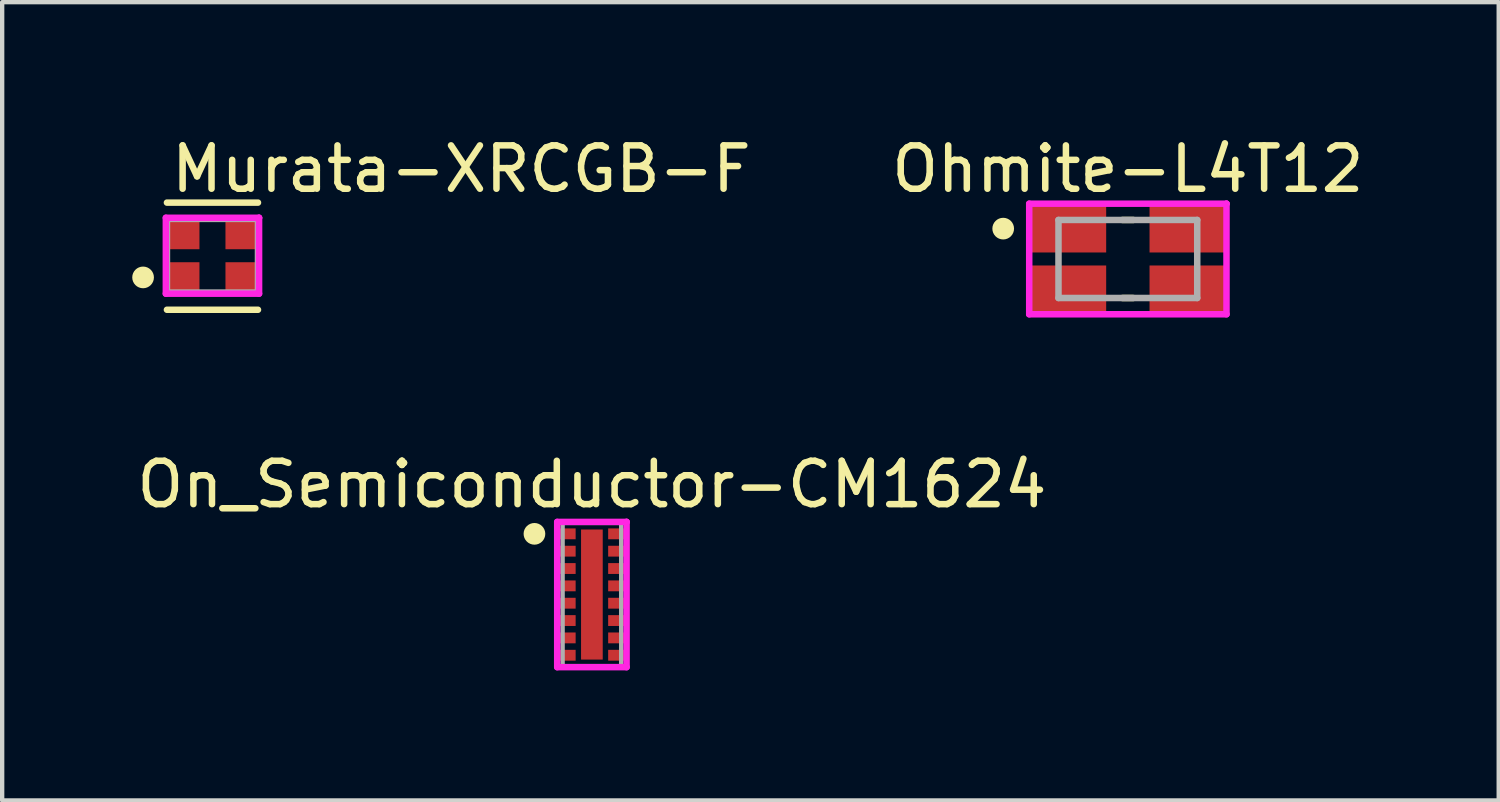
<source format=kicad_pcb>
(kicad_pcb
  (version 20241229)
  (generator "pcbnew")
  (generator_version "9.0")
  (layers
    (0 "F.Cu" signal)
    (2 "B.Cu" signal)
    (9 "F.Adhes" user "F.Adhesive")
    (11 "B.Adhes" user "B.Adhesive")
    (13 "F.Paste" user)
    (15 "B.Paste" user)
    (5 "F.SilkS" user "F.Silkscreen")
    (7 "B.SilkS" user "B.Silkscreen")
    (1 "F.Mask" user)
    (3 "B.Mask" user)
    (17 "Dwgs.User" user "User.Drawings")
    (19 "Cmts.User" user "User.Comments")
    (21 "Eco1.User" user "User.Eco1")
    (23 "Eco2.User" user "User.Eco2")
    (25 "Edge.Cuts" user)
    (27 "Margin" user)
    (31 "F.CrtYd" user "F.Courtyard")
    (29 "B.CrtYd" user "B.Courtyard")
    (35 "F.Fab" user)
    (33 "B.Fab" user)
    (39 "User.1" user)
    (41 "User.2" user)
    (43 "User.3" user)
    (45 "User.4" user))
  (footprint "Ohmite-L4T12"
    (layer "F.Cu")
    (at 22.962 2.923)
    (property "Reference" "Ohmite-L4T12" (at 0 -2.075 0) (layer "F.SilkS") (effects (font (size 1 1) (thickness 0.15))))
    (attr smd)
    (fp_line (start -0.125 -0.9) (end 0.125 -0.9) (stroke (width 0.15) (type solid)) (layer "F.SilkS"))
    (fp_line (start -0.125 0.9) (end 0.125 0.9) (stroke (width 0.15) (type solid)) (layer "F.SilkS"))
    (fp_circle (center -2.875 -0.7) (end -2.75 -0.7) (stroke (width 0.25) (type solid)) (fill no) (layer "F.SilkS"))
    (fp_line (start -2.275 -1.275) (end -2.275 1.275) (stroke (width 0.15) (type solid)) (layer "F.CrtYd"))
    (fp_line (start -2.275 1.275) (end 2.275 1.275) (stroke (width 0.15) (type solid)) (layer "F.CrtYd"))
    (fp_line (start 2.275 -1.275) (end -2.275 -1.275) (stroke (width 0.15) (type solid)) (layer "F.CrtYd"))
    (fp_line (start 2.275 -1.275) (end 2.275 -1.275) (stroke (width 0.15) (type solid)) (layer "F.CrtYd"))
    (fp_line (start 2.275 1.275) (end 2.275 -1.275) (stroke (width 0.15) (type solid)) (layer "F.CrtYd"))
    (fp_line (start -1.6 -0.9) (end 1.6 -0.9) (stroke (width 0.15) (type solid)) (layer "F.Fab"))
    (fp_line (start -1.6 0.9) (end -1.6 -0.9) (stroke (width 0.15) (type solid)) (layer "F.Fab"))
    (fp_line (start 1.6 -0.9) (end 1.6 0.9) (stroke (width 0.15) (type solid)) (layer "F.Fab"))
    (fp_line (start 1.6 0.9) (end -1.6 0.9) (stroke (width 0.15) (type solid)) (layer "F.Fab"))
    (pad "1" smd rect (at -1.375 0.7) (size 1.75 1.1) (layers "F.Cu" "F.Mask" "F.Paste"))
    (pad "2" smd rect (at -1.375 -0.7) (size 1.75 1.1) (layers "F.Cu" "F.Mask" "F.Paste"))
    (pad "3" smd rect (at 1.375 -0.7) (size 1.75 1.1) (layers "F.Cu" "F.Mask" "F.Paste"))
    (pad "4" smd rect (at 1.375 0.7) (size 1.75 1.1) (layers "F.Cu" "F.Mask" "F.Paste")))
  (footprint "On_Semiconductor-CM1624"
    (layer "F.Cu")
    (at 10.601 10.662)
    (property "Reference" "On_Semiconductor-CM1624" (at 0 -2.54 0) (layer "F.SilkS") (effects (font (size 1 1) (thickness 0.15))))
    (attr through_hole)
    (fp_circle (center -1.325 -1.4) (end -1.2 -1.4) (stroke (width 0.25) (type solid)) (fill no) (layer "F.SilkS"))
    (fp_line (start -0.8 -1.675) (end -0.8 1.675) (stroke (width 0.15) (type solid)) (layer "F.CrtYd"))
    (fp_line (start -0.8 1.675) (end 0.8 1.675) (stroke (width 0.15) (type solid)) (layer "F.CrtYd"))
    (fp_line (start 0.8 -1.675) (end -0.8 -1.675) (stroke (width 0.15) (type solid)) (layer "F.CrtYd"))
    (fp_line (start 0.8 -1.675) (end 0.8 -1.675) (stroke (width 0.15) (type solid)) (layer "F.CrtYd"))
    (fp_line (start 0.8 1.675) (end 0.8 -1.675) (stroke (width 0.15) (type solid)) (layer "F.CrtYd"))
    (fp_line (start -0.675 -1.65) (end 0.675 -1.65) (stroke (width 0.1) (type solid)) (layer "F.Fab"))
    (fp_line (start -0.675 1.65) (end -0.675 -1.65) (stroke (width 0.1) (type solid)) (layer "F.Fab"))
    (fp_line (start -0.675 1.65) (end 0.675 1.65) (stroke (width 0.1) (type solid)) (layer "F.Fab"))
    (fp_line (start 0.675 1.65) (end 0.675 -1.65) (stroke (width 0.1) (type solid)) (layer "F.Fab"))
    (pad "1" smd rect (at -0.575 -1.4 270) (size 0.25 0.4) (layers "F.Cu" "F.Mask" "F.Paste"))
    (pad "2" smd rect (at -0.575 -1 270) (size 0.25 0.4) (layers "F.Cu" "F.Mask" "F.Paste"))
    (pad "3" smd rect (at -0.575 -0.6 270) (size 0.25 0.4) (layers "F.Cu" "F.Mask" "F.Paste"))
    (pad "4" smd rect (at -0.575 -0.2 270) (size 0.25 0.4) (layers "F.Cu" "F.Mask" "F.Paste"))
    (pad "5" smd rect (at -0.575 0.2 270) (size 0.25 0.4) (layers "F.Cu" "F.Mask" "F.Paste"))
    (pad "6" smd rect (at -0.575 0.6 270) (size 0.25 0.4) (layers "F.Cu" "F.Mask" "F.Paste"))
    (pad "7" smd rect (at -0.575 1 270) (size 0.25 0.4) (layers "F.Cu" "F.Mask" "F.Paste"))
    (pad "8" smd rect (at -0.575 1.4 270) (size 0.25 0.4) (layers "F.Cu" "F.Mask" "F.Paste"))
    (pad "9" smd rect (at 0.575 1.4 270) (size 0.25 0.4) (layers "F.Cu" "F.Mask" "F.Paste"))
    (pad "10" smd rect (at 0.575 1 270) (size 0.25 0.4) (layers "F.Cu" "F.Mask" "F.Paste"))
    (pad "11" smd rect (at 0.575 0.6 270) (size 0.25 0.4) (layers "F.Cu" "F.Mask" "F.Paste"))
    (pad "12" smd rect (at 0.575 0.2 270) (size 0.25 0.4) (layers "F.Cu" "F.Mask" "F.Paste"))
    (pad "13" smd rect (at 0.575 -0.2 270) (size 0.25 0.4) (layers "F.Cu" "F.Mask" "F.Paste"))
    (pad "14" smd rect (at 0.575 -0.6 270) (size 0.25 0.4) (layers "F.Cu" "F.Mask" "F.Paste"))
    (pad "15" smd rect (at 0.575 -1 270) (size 0.25 0.4) (layers "F.Cu" "F.Mask" "F.Paste"))
    (pad "16" smd rect (at 0.575 -1.4 270) (size 0.25 0.4) (layers "F.Cu" "F.Mask" "F.Paste"))
    (pad "17" smd rect (at 0.000001 -0.000001 270) (size 3 0.5) (layers "F.Cu" "F.Mask" "F.Paste")))
  (footprint "Murata-XRCGB-F"
    (layer "F.Cu")
    (at 1.85 2.848)
    (property "Reference" "Murata-XRCGB-F" (at -1.025 -2 0) (layer "F.SilkS") (effects (font (size 1 1) (thickness 0.15)) (justify left)))
    (attr through_hole)
    (fp_line (start -1.05 -1.225) (end 1.05 -1.225) (stroke (width 0.15) (type solid)) (layer "F.SilkS"))
    (fp_line (start -1.05 1.246) (end 1.05 1.246) (stroke (width 0.15) (type solid)) (layer "F.SilkS"))
    (fp_circle (center -1.6 0.5) (end -1.475 0.5) (stroke (width 0.25) (type solid)) (fill no) (layer "F.SilkS"))
    (fp_line (start -1.075 -0.875) (end -1.075 0.875) (stroke (width 0.15) (type solid)) (layer "F.CrtYd"))
    (fp_line (start -1.075 0.875) (end 1.075 0.875) (stroke (width 0.15) (type solid)) (layer "F.CrtYd"))
    (fp_line (start 1.075 -0.875) (end -1.075 -0.875) (stroke (width 0.15) (type solid)) (layer "F.CrtYd"))
    (fp_line (start 1.075 -0.875) (end 1.075 -0.875) (stroke (width 0.15) (type solid)) (layer "F.CrtYd"))
    (fp_line (start 1.075 0.875) (end 1.075 -0.875) (stroke (width 0.15) (type solid)) (layer "F.CrtYd"))
    (fp_line (start -1.05 -0.85) (end 1.05 -0.85) (stroke (width 0.15) (type solid)) (layer "F.Fab"))
    (fp_line (start -1.05 0.85) (end -1.05 -0.85) (stroke (width 0.15) (type solid)) (layer "F.Fab"))
    (fp_line (start 1.05 -0.85) (end 1.05 0.85) (stroke (width 0.15) (type solid)) (layer "F.Fab"))
    (fp_line (start 1.05 0.85) (end -1.05 0.85) (stroke (width 0.15) (type solid)) (layer "F.Fab"))
    (pad "1" smd rect (at -0.675 0.5) (size 0.75 0.7) (layers "F.Cu" "F.Mask" "F.Paste"))
    (pad "2" smd rect (at 0.675 0.5) (size 0.75 0.7) (layers "F.Cu" "F.Mask" "F.Paste"))
    (pad "3" smd rect (at 0.675 -0.5) (size 0.75 0.7) (layers "F.Cu" "F.Mask" "F.Paste"))
    (pad "4" smd rect (at -0.675 -0.5) (size 0.75 0.7) (layers "F.Cu" "F.Mask" "F.Paste")))
  (gr_rect
    (start -3 -3)
    (end 31.515 15.411)
    (stroke (width 0.1) (type default))
    (fill no)
    (layer "Edge.Cuts")))
</source>
